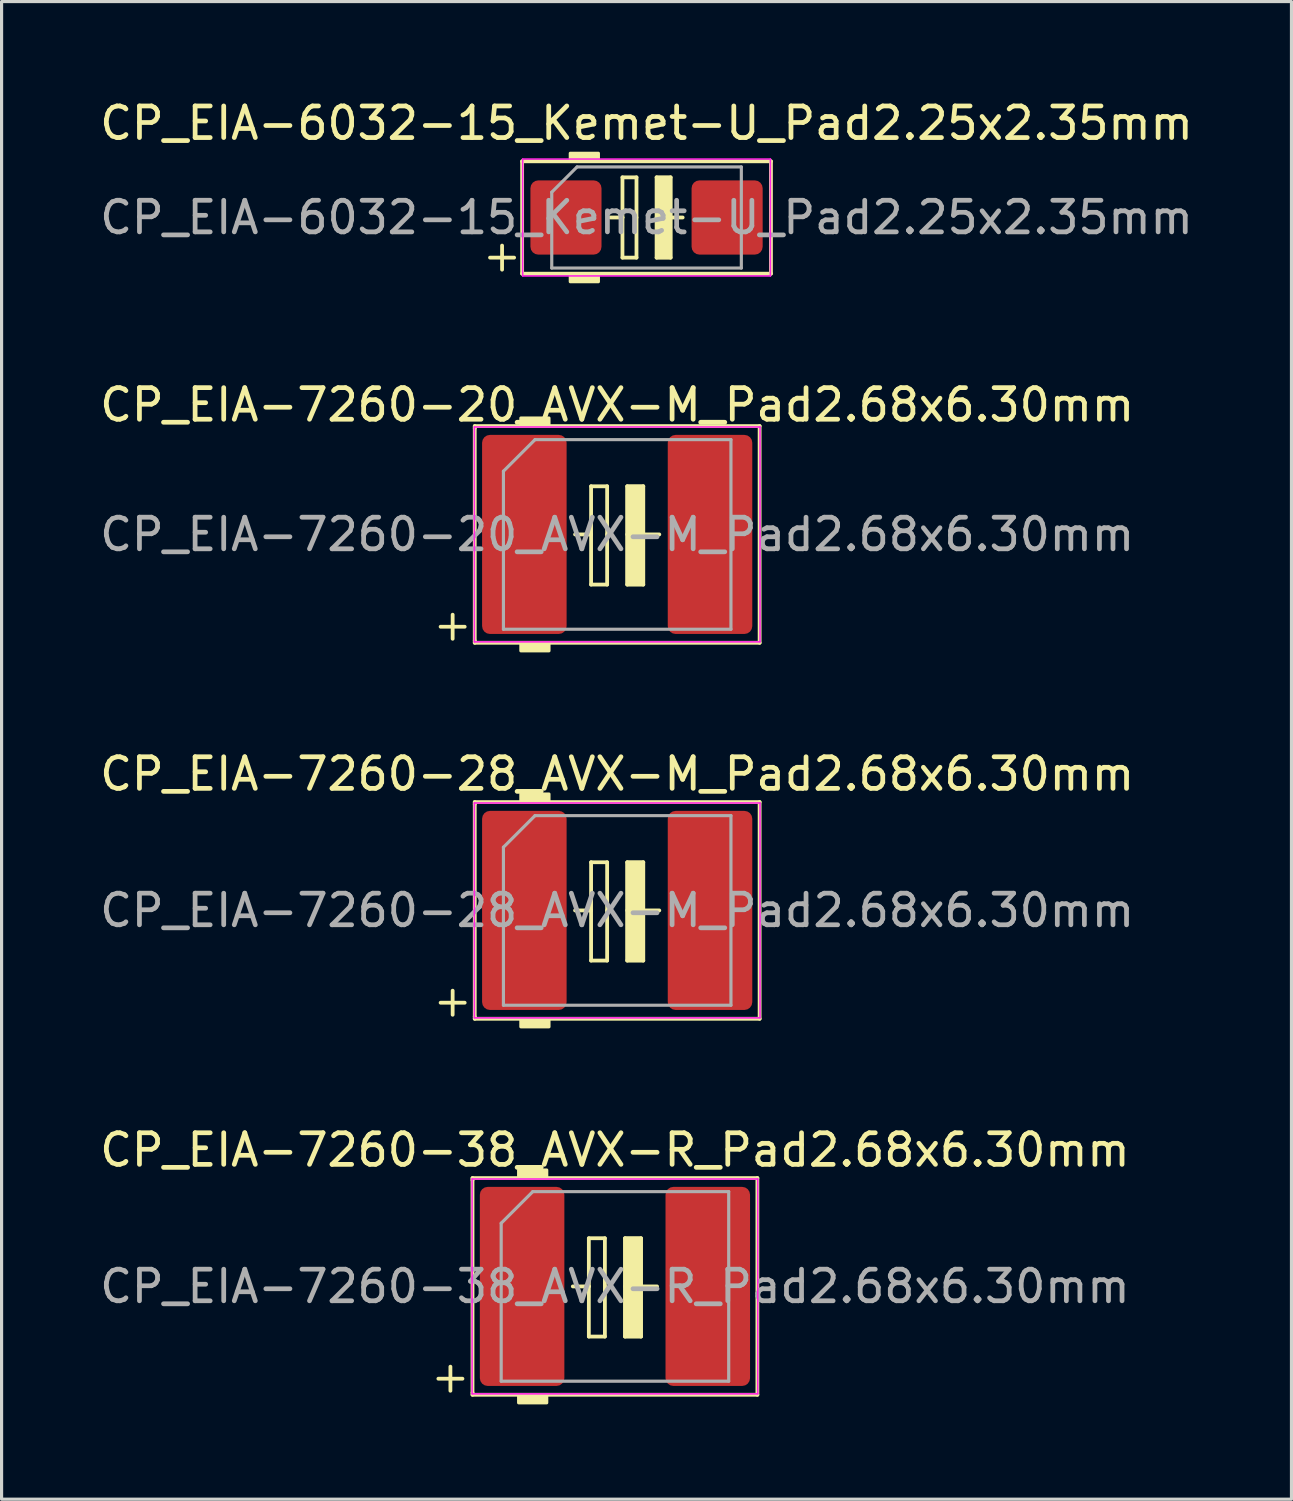
<source format=kicad_pcb>
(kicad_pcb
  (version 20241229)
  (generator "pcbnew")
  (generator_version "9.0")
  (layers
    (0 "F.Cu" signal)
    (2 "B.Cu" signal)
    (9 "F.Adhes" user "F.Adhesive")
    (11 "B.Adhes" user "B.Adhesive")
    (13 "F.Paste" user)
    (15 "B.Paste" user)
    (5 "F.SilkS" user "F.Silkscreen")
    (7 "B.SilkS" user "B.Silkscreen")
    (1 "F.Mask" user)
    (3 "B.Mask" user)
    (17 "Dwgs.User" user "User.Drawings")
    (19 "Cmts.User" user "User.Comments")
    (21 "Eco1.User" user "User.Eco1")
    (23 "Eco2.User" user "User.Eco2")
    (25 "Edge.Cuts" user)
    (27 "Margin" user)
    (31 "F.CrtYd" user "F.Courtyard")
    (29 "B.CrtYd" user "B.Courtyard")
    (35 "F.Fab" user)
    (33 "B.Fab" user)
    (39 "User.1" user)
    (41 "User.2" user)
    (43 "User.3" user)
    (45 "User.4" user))
  (footprint "CP_EIA-7260-20_AVX-M_Pad2.68x6.30mm"
    (layer "F.Cu")
    (at 16.482 13.863)
    (property "Reference" "CP_EIA-7260-20_AVX-M_Pad2.68x6.30mm" (at 0 -4.1 0) (layer "F.SilkS") (effects (font (size 1 1) (thickness 0.15))))
    (attr smd)
    (fp_line (start -5.588 2.921) (end -4.826 2.921) (stroke (width 0.12) (type solid)) (layer "F.SilkS"))
    (fp_line (start -5.207 2.54) (end -5.207 3.302) (stroke (width 0.12) (type solid)) (layer "F.SilkS"))
    (fp_line (start -4.508 -3.429) (end -4.508 -3.365) (stroke (width 0.12) (type solid)) (layer "F.SilkS"))
    (fp_line (start -4.508 -3.365) (end -4.508 3.365) (stroke (width 0.12) (type solid)) (layer "F.SilkS"))
    (fp_line (start -4.508 3.365) (end -4.508 3.429) (stroke (width 0.12) (type solid)) (layer "F.SilkS"))
    (fp_line (start -4.508 3.429) (end 4.508 3.429) (stroke (width 0.12) (type solid)) (layer "F.SilkS"))
    (fp_line (start -1.333 0) (end -0.826 0) (stroke (width 0.12) (type solid)) (layer "F.SilkS"))
    (fp_line (start -0.826 -1.524) (end -0.826 0) (stroke (width 0.12) (type solid)) (layer "F.SilkS"))
    (fp_line (start -0.826 1.587) (end -0.826 0) (stroke (width 0.12) (type solid)) (layer "F.SilkS"))
    (fp_line (start -0.826 1.587) (end -0.318 1.587) (stroke (width 0.12) (type solid)) (layer "F.SilkS"))
    (fp_line (start -0.318 -1.524) (end -0.826 -1.524) (stroke (width 0.12) (type solid)) (layer "F.SilkS"))
    (fp_line (start -0.318 -1.524) (end -0.318 0) (stroke (width 0.12) (type solid)) (layer "F.SilkS"))
    (fp_line (start -0.318 1.587) (end -0.318 0) (stroke (width 0.12) (type solid)) (layer "F.SilkS"))
    (fp_line (start 0.318 -1.524) (end 0.318 0) (stroke (width 0.12) (type solid)) (layer "F.SilkS"))
    (fp_line (start 0.318 1.587) (end 0.318 0) (stroke (width 0.12) (type solid)) (layer "F.SilkS"))
    (fp_line (start 0.318 1.587) (end 0.826 1.587) (stroke (width 0.12) (type solid)) (layer "F.SilkS"))
    (fp_line (start 0.826 -1.524) (end 0.318 -1.524) (stroke (width 0.12) (type solid)) (layer "F.SilkS"))
    (fp_line (start 0.826 -1.524) (end 0.826 0) (stroke (width 0.12) (type solid)) (layer "F.SilkS"))
    (fp_line (start 0.826 0) (end 1.333 0) (stroke (width 0.12) (type solid)) (layer "F.SilkS"))
    (fp_line (start 0.826 1.587) (end 0.826 0) (stroke (width 0.12) (type solid)) (layer "F.SilkS"))
    (fp_line (start 4.508 -3.429) (end -4.508 -3.429) (stroke (width 0.12) (type solid)) (layer "F.SilkS"))
    (fp_line (start 4.508 3.429) (end 4.508 -3.429) (stroke (width 0.12) (type solid)) (layer "F.SilkS"))
    (fp_poly (pts (xy -2.159 -3.429) (xy -3.048 -3.429) (xy -3.048 -3.683) (xy -2.159 -3.683)) (stroke (width 0.1) (type solid)) (fill yes) (layer "F.SilkS"))
    (fp_poly (pts (xy -2.159 3.683) (xy -3.048 3.683) (xy -3.048 3.429) (xy -2.159 3.429)) (stroke (width 0.1) (type solid)) (fill yes) (layer "F.SilkS"))
    (fp_poly (pts (xy 0.826 1.587) (xy 0.318 1.587) (xy 0.318 -1.524) (xy 0.826 -1.524)) (stroke (width 0.1) (type solid)) (fill yes) (layer "F.SilkS"))
    (fp_line (start -4.52 -3.4) (end 4.52 -3.4) (stroke (width 0.05) (type solid)) (layer "F.CrtYd"))
    (fp_line (start -4.52 3.4) (end -4.52 -3.4) (stroke (width 0.05) (type solid)) (layer "F.CrtYd"))
    (fp_line (start 4.52 -3.4) (end 4.52 3.4) (stroke (width 0.05) (type solid)) (layer "F.CrtYd"))
    (fp_line (start 4.52 3.4) (end -4.52 3.4) (stroke (width 0.05) (type solid)) (layer "F.CrtYd"))
    (fp_line (start -3.6 -2) (end -3.6 3) (stroke (width 0.1) (type solid)) (layer "F.Fab"))
    (fp_line (start -3.6 3) (end 3.6 3) (stroke (width 0.1) (type solid)) (layer "F.Fab"))
    (fp_line (start -2.6 -3) (end -3.6 -2) (stroke (width 0.1) (type solid)) (layer "F.Fab"))
    (fp_line (start 3.6 -3) (end -2.6 -3) (stroke (width 0.1) (type solid)) (layer "F.Fab"))
    (fp_line (start 3.6 3) (end 3.6 -3) (stroke (width 0.1) (type solid)) (layer "F.Fab"))
    (fp_text user "${REFERENCE}" (at 0 0 0) (layer "F.Fab") (effects (font (size 1 1) (thickness 0.15))))
    (pad "1" smd roundrect (at -2.938 0) (size 2.675 6.3) (layers "F.Cu" "F.Mask" "F.Paste") (roundrect_rratio 0.093))
    (pad "2" smd roundrect (at 2.938 0) (size 2.675 6.3) (layers "F.Cu" "F.Mask" "F.Paste") (roundrect_rratio 0.093)))
  (footprint "CP_EIA-7260-38_AVX-R_Pad2.68x6.30mm"
    (layer "F.Cu")
    (at 16.411 37.661)
    (property "Reference" "CP_EIA-7260-38_AVX-R_Pad2.68x6.30mm" (at 0 -4.318 0) (layer "F.SilkS") (effects (font (size 1 1) (thickness 0.15))))
    (attr smd)
    (fp_line (start -5.588 2.921) (end -4.826 2.921) (stroke (width 0.12) (type solid)) (layer "F.SilkS"))
    (fp_line (start -5.207 2.54) (end -5.207 3.302) (stroke (width 0.12) (type solid)) (layer "F.SilkS"))
    (fp_line (start -4.508 -3.429) (end -4.508 -3.365) (stroke (width 0.12) (type solid)) (layer "F.SilkS"))
    (fp_line (start -4.508 -3.365) (end -4.508 3.365) (stroke (width 0.12) (type solid)) (layer "F.SilkS"))
    (fp_line (start -4.508 3.365) (end -4.508 3.429) (stroke (width 0.12) (type solid)) (layer "F.SilkS"))
    (fp_line (start -4.508 3.429) (end 4.508 3.429) (stroke (width 0.12) (type solid)) (layer "F.SilkS"))
    (fp_line (start -1.333 0) (end -0.826 0) (stroke (width 0.12) (type solid)) (layer "F.SilkS"))
    (fp_line (start -0.826 -1.524) (end -0.826 0) (stroke (width 0.12) (type solid)) (layer "F.SilkS"))
    (fp_line (start -0.826 1.587) (end -0.826 0) (stroke (width 0.12) (type solid)) (layer "F.SilkS"))
    (fp_line (start -0.826 1.587) (end -0.318 1.587) (stroke (width 0.12) (type solid)) (layer "F.SilkS"))
    (fp_line (start -0.318 -1.524) (end -0.826 -1.524) (stroke (width 0.12) (type solid)) (layer "F.SilkS"))
    (fp_line (start -0.318 -1.524) (end -0.318 0) (stroke (width 0.12) (type solid)) (layer "F.SilkS"))
    (fp_line (start -0.318 1.587) (end -0.318 0) (stroke (width 0.12) (type solid)) (layer "F.SilkS"))
    (fp_line (start 0.318 -1.524) (end 0.318 0) (stroke (width 0.12) (type solid)) (layer "F.SilkS"))
    (fp_line (start 0.318 1.587) (end 0.318 0) (stroke (width 0.12) (type solid)) (layer "F.SilkS"))
    (fp_line (start 0.318 1.587) (end 0.826 1.587) (stroke (width 0.12) (type solid)) (layer "F.SilkS"))
    (fp_line (start 0.826 -1.524) (end 0.318 -1.524) (stroke (width 0.12) (type solid)) (layer "F.SilkS"))
    (fp_line (start 0.826 -1.524) (end 0.826 0) (stroke (width 0.12) (type solid)) (layer "F.SilkS"))
    (fp_line (start 0.826 0) (end 1.333 0) (stroke (width 0.12) (type solid)) (layer "F.SilkS"))
    (fp_line (start 0.826 1.587) (end 0.826 0) (stroke (width 0.12) (type solid)) (layer "F.SilkS"))
    (fp_line (start 4.508 -3.429) (end -4.508 -3.429) (stroke (width 0.12) (type solid)) (layer "F.SilkS"))
    (fp_line (start 4.508 3.429) (end 4.508 -3.429) (stroke (width 0.12) (type solid)) (layer "F.SilkS"))
    (fp_poly (pts (xy -2.159 -3.429) (xy -3.048 -3.429) (xy -3.048 -3.683) (xy -2.159 -3.683)) (stroke (width 0.1) (type solid)) (fill yes) (layer "F.SilkS"))
    (fp_poly (pts (xy -2.159 3.683) (xy -3.048 3.683) (xy -3.048 3.429) (xy -2.159 3.429)) (stroke (width 0.1) (type solid)) (fill yes) (layer "F.SilkS"))
    (fp_poly (pts (xy 0.826 1.587) (xy 0.318 1.587) (xy 0.318 -1.524) (xy 0.826 -1.524)) (stroke (width 0.1) (type solid)) (fill yes) (layer "F.SilkS"))
    (fp_line (start -4.52 -3.4) (end 4.52 -3.4) (stroke (width 0.05) (type solid)) (layer "F.CrtYd"))
    (fp_line (start -4.52 3.4) (end -4.52 -3.4) (stroke (width 0.05) (type solid)) (layer "F.CrtYd"))
    (fp_line (start 4.52 -3.4) (end 4.52 3.4) (stroke (width 0.05) (type solid)) (layer "F.CrtYd"))
    (fp_line (start 4.52 3.4) (end -4.52 3.4) (stroke (width 0.05) (type solid)) (layer "F.CrtYd"))
    (fp_line (start -3.6 -2) (end -3.6 3) (stroke (width 0.1) (type solid)) (layer "F.Fab"))
    (fp_line (start -3.6 3) (end 3.6 3) (stroke (width 0.1) (type solid)) (layer "F.Fab"))
    (fp_line (start -2.6 -3) (end -3.6 -2) (stroke (width 0.1) (type solid)) (layer "F.Fab"))
    (fp_line (start 3.6 -3) (end -2.6 -3) (stroke (width 0.1) (type solid)) (layer "F.Fab"))
    (fp_line (start 3.6 3) (end 3.6 -3) (stroke (width 0.1) (type solid)) (layer "F.Fab"))
    (fp_text user "${REFERENCE}" (at 0 0 0) (layer "F.Fab") (effects (font (size 1 1) (thickness 0.15))))
    (pad "1" smd roundrect (at -2.938 0) (size 2.675 6.3) (layers "F.Cu" "F.Mask" "F.Paste") (roundrect_rratio 0.093))
    (pad "2" smd roundrect (at 2.938 0) (size 2.675 6.3) (layers "F.Cu" "F.Mask" "F.Paste") (roundrect_rratio 0.093)))
  (footprint "CP_EIA-6032-15_Kemet-U_Pad2.25x2.35mm"
    (layer "F.Cu")
    (at 17.411 3.833)
    (property "Reference" "CP_EIA-6032-15_Kemet-U_Pad2.25x2.35mm" (at 0 -2.985 0) (layer "F.SilkS") (effects (font (size 1 1) (thickness 0.15))))
    (attr smd)
    (fp_line (start -4.953 1.27) (end -4.191 1.27) (stroke (width 0.12) (type solid)) (layer "F.SilkS"))
    (fp_line (start -4.572 0.889) (end -4.572 1.651) (stroke (width 0.12) (type solid)) (layer "F.SilkS"))
    (fp_line (start -3.937 -1.778) (end -3.937 1.778) (stroke (width 0.12) (type solid)) (layer "F.SilkS"))
    (fp_line (start -3.937 1.778) (end 3.937 1.778) (stroke (width 0.12) (type solid)) (layer "F.SilkS"))
    (fp_line (start -0.762 -1.27) (end -0.762 0) (stroke (width 0.12) (type solid)) (layer "F.SilkS"))
    (fp_line (start -0.762 0) (end -1.143 0) (stroke (width 0.12) (type solid)) (layer "F.SilkS"))
    (fp_line (start -0.762 1.27) (end -0.762 0) (stroke (width 0.12) (type solid)) (layer "F.SilkS"))
    (fp_line (start -0.318 -1.27) (end -0.762 -1.27) (stroke (width 0.12) (type solid)) (layer "F.SilkS"))
    (fp_line (start -0.318 -1.27) (end -0.318 0) (stroke (width 0.12) (type solid)) (layer "F.SilkS"))
    (fp_line (start -0.318 1.27) (end -0.762 1.27) (stroke (width 0.12) (type solid)) (layer "F.SilkS"))
    (fp_line (start -0.318 1.27) (end -0.318 0) (stroke (width 0.12) (type solid)) (layer "F.SilkS"))
    (fp_line (start 0.318 -1.27) (end 0.318 0) (stroke (width 0.12) (type solid)) (layer "F.SilkS"))
    (fp_line (start 0.318 1.27) (end 0.318 0) (stroke (width 0.12) (type solid)) (layer "F.SilkS"))
    (fp_line (start 0.762 -1.27) (end 0.318 -1.27) (stroke (width 0.12) (type solid)) (layer "F.SilkS"))
    (fp_line (start 0.762 -1.27) (end 0.762 0) (stroke (width 0.12) (type solid)) (layer "F.SilkS"))
    (fp_line (start 0.762 0) (end 1.143 0) (stroke (width 0.12) (type solid)) (layer "F.SilkS"))
    (fp_line (start 0.762 1.27) (end 0.318 1.27) (stroke (width 0.12) (type solid)) (layer "F.SilkS"))
    (fp_line (start 0.762 1.27) (end 0.762 0) (stroke (width 0.12) (type solid)) (layer "F.SilkS"))
    (fp_line (start 3.937 -1.778) (end -3.937 -1.778) (stroke (width 0.12) (type solid)) (layer "F.SilkS"))
    (fp_line (start 3.937 1.778) (end 3.937 -1.778) (stroke (width 0.12) (type solid)) (layer "F.SilkS"))
    (fp_poly (pts (xy -1.524 -1.778) (xy -2.413 -1.778) (xy -2.413 -2.032) (xy -1.524 -2.032)) (stroke (width 0.1) (type solid)) (fill yes) (layer "F.SilkS"))
    (fp_poly (pts (xy -1.524 2.032) (xy -2.413 2.032) (xy -2.413 1.778) (xy -1.524 1.778)) (stroke (width 0.1) (type solid)) (fill yes) (layer "F.SilkS"))
    (fp_poly (pts (xy 0.762 1.27) (xy 0.318 1.27) (xy 0.318 -1.27) (xy 0.762 -1.27)) (stroke (width 0.1) (type solid)) (fill yes) (layer "F.SilkS"))
    (fp_line (start -3.92 -1.85) (end 3.92 -1.85) (stroke (width 0.05) (type solid)) (layer "F.CrtYd"))
    (fp_line (start -3.92 1.85) (end -3.92 -1.85) (stroke (width 0.05) (type solid)) (layer "F.CrtYd"))
    (fp_line (start 3.92 -1.85) (end 3.92 1.85) (stroke (width 0.05) (type solid)) (layer "F.CrtYd"))
    (fp_line (start 3.92 1.85) (end -3.92 1.85) (stroke (width 0.05) (type solid)) (layer "F.CrtYd"))
    (fp_line (start -3 -0.8) (end -3 1.6) (stroke (width 0.1) (type solid)) (layer "F.Fab"))
    (fp_line (start -3 1.6) (end 3 1.6) (stroke (width 0.1) (type solid)) (layer "F.Fab"))
    (fp_line (start -2.2 -1.6) (end -3 -0.8) (stroke (width 0.1) (type solid)) (layer "F.Fab"))
    (fp_line (start 3 -1.6) (end -2.2 -1.6) (stroke (width 0.1) (type solid)) (layer "F.Fab"))
    (fp_line (start 3 1.6) (end 3 -1.6) (stroke (width 0.1) (type solid)) (layer "F.Fab"))
    (fp_text user "${REFERENCE}" (at 0 0 0) (layer "F.Fab") (effects (font (size 1 1) (thickness 0.15))))
    (pad "1" smd roundrect (at -2.55 0) (size 2.25 2.35) (layers "F.Cu" "F.Mask" "F.Paste") (roundrect_rratio 0.111))
    (pad "2" smd roundrect (at 2.55 0) (size 2.25 2.35) (layers "F.Cu" "F.Mask" "F.Paste") (roundrect_rratio 0.111)))
  (footprint "CP_EIA-7260-28_AVX-M_Pad2.68x6.30mm"
    (layer "F.Cu")
    (at 16.482 25.762)
    (property "Reference" "CP_EIA-7260-28_AVX-M_Pad2.68x6.30mm" (at 0 -4.318 0) (layer "F.SilkS") (effects (font (size 1 1) (thickness 0.15))))
    (attr smd)
    (fp_line (start -5.588 2.921) (end -4.826 2.921) (stroke (width 0.12) (type solid)) (layer "F.SilkS"))
    (fp_line (start -5.207 2.54) (end -5.207 3.302) (stroke (width 0.12) (type solid)) (layer "F.SilkS"))
    (fp_line (start -4.508 -3.429) (end -4.508 -3.365) (stroke (width 0.12) (type solid)) (layer "F.SilkS"))
    (fp_line (start -4.508 -3.365) (end -4.508 3.365) (stroke (width 0.12) (type solid)) (layer "F.SilkS"))
    (fp_line (start -4.508 3.365) (end -4.508 3.429) (stroke (width 0.12) (type solid)) (layer "F.SilkS"))
    (fp_line (start -4.508 3.429) (end 4.508 3.429) (stroke (width 0.12) (type solid)) (layer "F.SilkS"))
    (fp_line (start -1.333 0) (end -0.826 0) (stroke (width 0.12) (type solid)) (layer "F.SilkS"))
    (fp_line (start -0.826 -1.524) (end -0.826 0) (stroke (width 0.12) (type solid)) (layer "F.SilkS"))
    (fp_line (start -0.826 1.587) (end -0.826 0) (stroke (width 0.12) (type solid)) (layer "F.SilkS"))
    (fp_line (start -0.826 1.587) (end -0.318 1.587) (stroke (width 0.12) (type solid)) (layer "F.SilkS"))
    (fp_line (start -0.318 -1.524) (end -0.826 -1.524) (stroke (width 0.12) (type solid)) (layer "F.SilkS"))
    (fp_line (start -0.318 -1.524) (end -0.318 0) (stroke (width 0.12) (type solid)) (layer "F.SilkS"))
    (fp_line (start -0.318 1.587) (end -0.318 0) (stroke (width 0.12) (type solid)) (layer "F.SilkS"))
    (fp_line (start 0.318 -1.524) (end 0.318 0) (stroke (width 0.12) (type solid)) (layer "F.SilkS"))
    (fp_line (start 0.318 1.587) (end 0.318 0) (stroke (width 0.12) (type solid)) (layer "F.SilkS"))
    (fp_line (start 0.318 1.587) (end 0.826 1.587) (stroke (width 0.12) (type solid)) (layer "F.SilkS"))
    (fp_line (start 0.826 -1.524) (end 0.318 -1.524) (stroke (width 0.12) (type solid)) (layer "F.SilkS"))
    (fp_line (start 0.826 -1.524) (end 0.826 0) (stroke (width 0.12) (type solid)) (layer "F.SilkS"))
    (fp_line (start 0.826 0) (end 1.333 0) (stroke (width 0.12) (type solid)) (layer "F.SilkS"))
    (fp_line (start 0.826 1.587) (end 0.826 0) (stroke (width 0.12) (type solid)) (layer "F.SilkS"))
    (fp_line (start 4.508 -3.429) (end -4.508 -3.429) (stroke (width 0.12) (type solid)) (layer "F.SilkS"))
    (fp_line (start 4.508 3.429) (end 4.508 -3.429) (stroke (width 0.12) (type solid)) (layer "F.SilkS"))
    (fp_poly (pts (xy -2.159 -3.429) (xy -3.048 -3.429) (xy -3.048 -3.683) (xy -2.159 -3.683)) (stroke (width 0.1) (type solid)) (fill yes) (layer "F.SilkS"))
    (fp_poly (pts (xy -2.159 3.683) (xy -3.048 3.683) (xy -3.048 3.429) (xy -2.159 3.429)) (stroke (width 0.1) (type solid)) (fill yes) (layer "F.SilkS"))
    (fp_poly (pts (xy 0.826 1.587) (xy 0.318 1.587) (xy 0.318 -1.524) (xy 0.826 -1.524)) (stroke (width 0.1) (type solid)) (fill yes) (layer "F.SilkS"))
    (fp_line (start -4.52 -3.4) (end 4.52 -3.4) (stroke (width 0.05) (type solid)) (layer "F.CrtYd"))
    (fp_line (start -4.52 3.4) (end -4.52 -3.4) (stroke (width 0.05) (type solid)) (layer "F.CrtYd"))
    (fp_line (start 4.52 -3.4) (end 4.52 3.4) (stroke (width 0.05) (type solid)) (layer "F.CrtYd"))
    (fp_line (start 4.52 3.4) (end -4.52 3.4) (stroke (width 0.05) (type solid)) (layer "F.CrtYd"))
    (fp_line (start -3.6 -2) (end -3.6 3) (stroke (width 0.1) (type solid)) (layer "F.Fab"))
    (fp_line (start -3.6 3) (end 3.6 3) (stroke (width 0.1) (type solid)) (layer "F.Fab"))
    (fp_line (start -2.6 -3) (end -3.6 -2) (stroke (width 0.1) (type solid)) (layer "F.Fab"))
    (fp_line (start 3.6 -3) (end -2.6 -3) (stroke (width 0.1) (type solid)) (layer "F.Fab"))
    (fp_line (start 3.6 3) (end 3.6 -3) (stroke (width 0.1) (type solid)) (layer "F.Fab"))
    (fp_text user "${REFERENCE}" (at 0 0 0) (layer "F.Fab") (effects (font (size 1 1) (thickness 0.15))))
    (pad "1" smd roundrect (at -2.938 0) (size 2.675 6.3) (layers "F.Cu" "F.Mask" "F.Paste") (roundrect_rratio 0.093))
    (pad "2" smd roundrect (at 2.938 0) (size 2.675 6.3) (layers "F.Cu" "F.Mask" "F.Paste") (roundrect_rratio 0.093)))
  (gr_rect
    (start -3 -3)
    (end 37.821 44.395)
    (stroke (width 0.1) (type default))
    (fill no)
    (layer "Edge.Cuts")))
</source>
